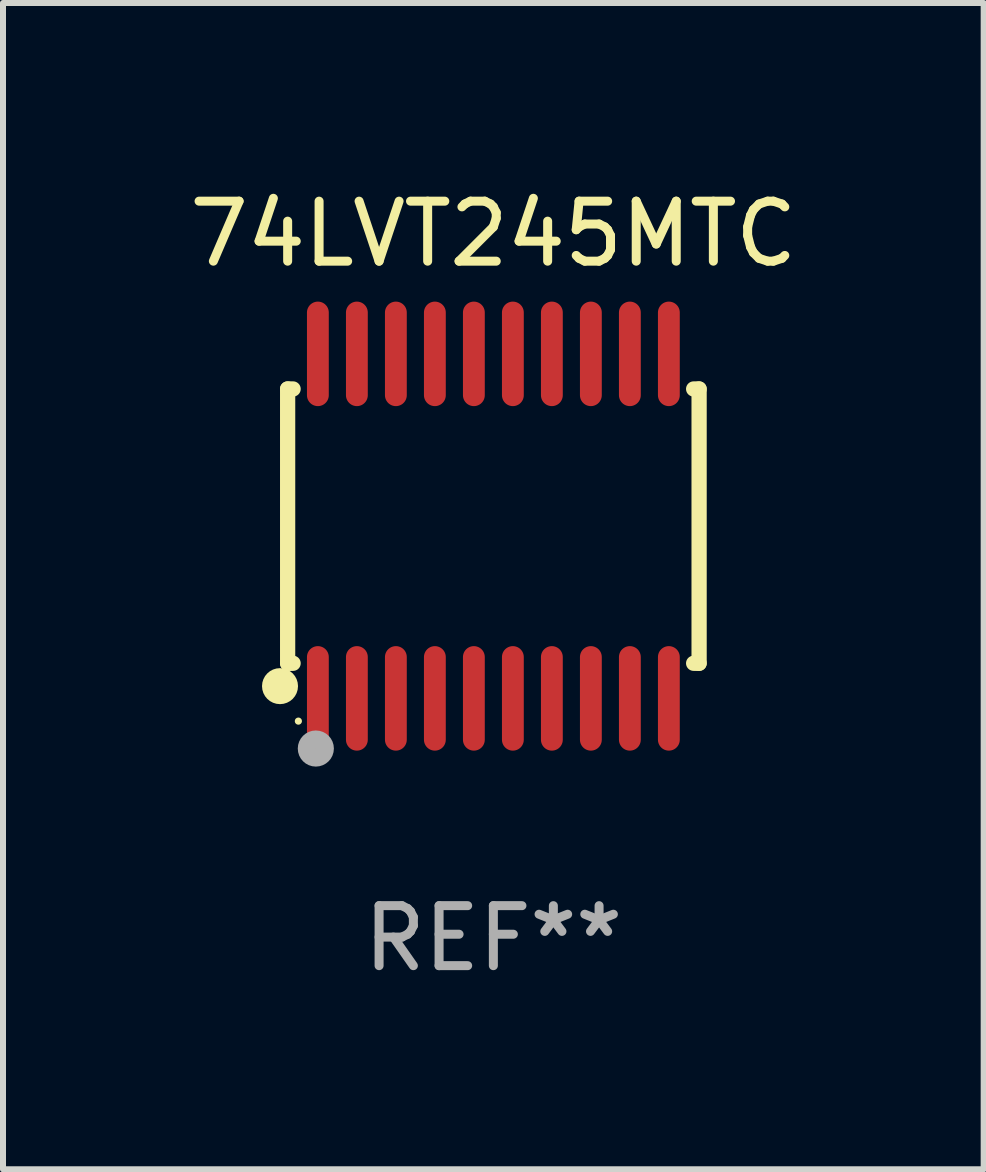
<source format=kicad_pcb>
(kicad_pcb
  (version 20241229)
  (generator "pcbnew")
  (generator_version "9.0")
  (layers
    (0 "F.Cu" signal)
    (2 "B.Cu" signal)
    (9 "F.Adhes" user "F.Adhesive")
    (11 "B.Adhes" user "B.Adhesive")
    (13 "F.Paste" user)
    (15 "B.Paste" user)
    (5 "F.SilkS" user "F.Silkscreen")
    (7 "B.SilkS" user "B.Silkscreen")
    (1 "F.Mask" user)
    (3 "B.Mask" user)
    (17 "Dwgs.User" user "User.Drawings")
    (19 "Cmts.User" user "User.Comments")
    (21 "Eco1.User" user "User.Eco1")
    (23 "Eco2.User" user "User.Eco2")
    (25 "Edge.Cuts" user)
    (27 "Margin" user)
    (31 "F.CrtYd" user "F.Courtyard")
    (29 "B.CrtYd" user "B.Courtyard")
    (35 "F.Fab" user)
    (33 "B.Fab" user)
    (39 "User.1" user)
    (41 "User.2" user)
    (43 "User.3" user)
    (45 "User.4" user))
  (footprint "74LVT245MTC"
    (layer "F.Cu")
    (at 5.173 5.719)
    (property "Reference" "74LVT245MTC" (at 0 -4.871 0) (layer "F.SilkS") (effects (font (size 1 1) (thickness 0.15))))
    (attr through_hole)
    (fp_line (start -3.429 -2.286) (end -3.429 2.286) (stroke (width 0.254) (type solid)) (layer "F.SilkS"))
    (fp_line (start -3.429 2.286) (end -3.338 2.286) (stroke (width 0.254) (type solid)) (layer "F.SilkS"))
    (fp_line (start -3.338 -2.286) (end -3.429 -2.286) (stroke (width 0.254) (type solid)) (layer "F.SilkS"))
    (fp_line (start 3.338 -2.286) (end 3.429 -2.286) (stroke (width 0.254) (type solid)) (layer "F.SilkS"))
    (fp_line (start 3.429 -2.286) (end 3.429 2.286) (stroke (width 0.254) (type solid)) (layer "F.SilkS"))
    (fp_line (start 3.429 2.286) (end 3.338 2.286) (stroke (width 0.254) (type solid)) (layer "F.SilkS"))
    (fp_circle (center -3.556 2.667) (end -3.406 2.667) (stroke (width 0.3) (type solid)) (fill no) (layer "F.SilkS"))
    (fp_circle (center -3.25 3.25) (end -3.22 3.25) (stroke (width 0.06) (type solid)) (fill no) (layer "F.SilkS"))
    (fp_circle (center -2.959 3.707) (end -2.808 3.707) (stroke (width 0.3) (type solid)) (fill no) (layer "F.Fab"))
    (fp_text user "REF**" (at 0 6.871 0) (layer "F.Fab") (effects (font (size 1 1) (thickness 0.15))))
    (pad "1" smd oval (at -2.925 2.871) (size 0.364 1.742) (layers "F.Cu" "F.Mask" "F.Paste"))
    (pad "2" smd oval (at -2.275 2.871) (size 0.364 1.742) (layers "F.Cu" "F.Mask" "F.Paste"))
    (pad "3" smd oval (at -1.625 2.871) (size 0.364 1.742) (layers "F.Cu" "F.Mask" "F.Paste"))
    (pad "4" smd oval (at -0.975 2.871) (size 0.364 1.742) (layers "F.Cu" "F.Mask" "F.Paste"))
    (pad "5" smd oval (at -0.325 2.871) (size 0.364 1.742) (layers "F.Cu" "F.Mask" "F.Paste"))
    (pad "6" smd oval (at 0.325 2.871) (size 0.364 1.742) (layers "F.Cu" "F.Mask" "F.Paste"))
    (pad "7" smd oval (at 0.975 2.871) (size 0.364 1.742) (layers "F.Cu" "F.Mask" "F.Paste"))
    (pad "8" smd oval (at 1.625 2.871) (size 0.364 1.742) (layers "F.Cu" "F.Mask" "F.Paste"))
    (pad "9" smd oval (at 2.275 2.871) (size 0.364 1.742) (layers "F.Cu" "F.Mask" "F.Paste"))
    (pad "10" smd oval (at 2.925 2.871) (size 0.364 1.742) (layers "F.Cu" "F.Mask" "F.Paste"))
    (pad "11" smd oval (at 2.925 -2.871) (size 0.364 1.742) (layers "F.Cu" "F.Mask" "F.Paste"))
    (pad "12" smd oval (at 2.275 -2.871) (size 0.364 1.742) (layers "F.Cu" "F.Mask" "F.Paste"))
    (pad "13" smd oval (at 1.625 -2.871) (size 0.364 1.742) (layers "F.Cu" "F.Mask" "F.Paste"))
    (pad "14" smd oval (at 0.975 -2.871) (size 0.364 1.742) (layers "F.Cu" "F.Mask" "F.Paste"))
    (pad "15" smd oval (at 0.325 -2.871) (size 0.364 1.742) (layers "F.Cu" "F.Mask" "F.Paste"))
    (pad "16" smd oval (at -0.325 -2.871) (size 0.364 1.742) (layers "F.Cu" "F.Mask" "F.Paste"))
    (pad "17" smd oval (at -0.975 -2.871) (size 0.364 1.742) (layers "F.Cu" "F.Mask" "F.Paste"))
    (pad "18" smd oval (at -1.625 -2.871) (size 0.364 1.742) (layers "F.Cu" "F.Mask" "F.Paste"))
    (pad "19" smd oval (at -2.275 -2.871) (size 0.364 1.742) (layers "F.Cu" "F.Mask" "F.Paste"))
    (pad "20" smd oval (at -2.925 -2.871) (size 0.364 1.742) (layers "F.Cu" "F.Mask" "F.Paste")))
  (gr_rect
    (start -3 -3)
    (end 13.345 16.438)
    (stroke (width 0.1) (type default))
    (fill no)
    (layer "Edge.Cuts")))
</source>
